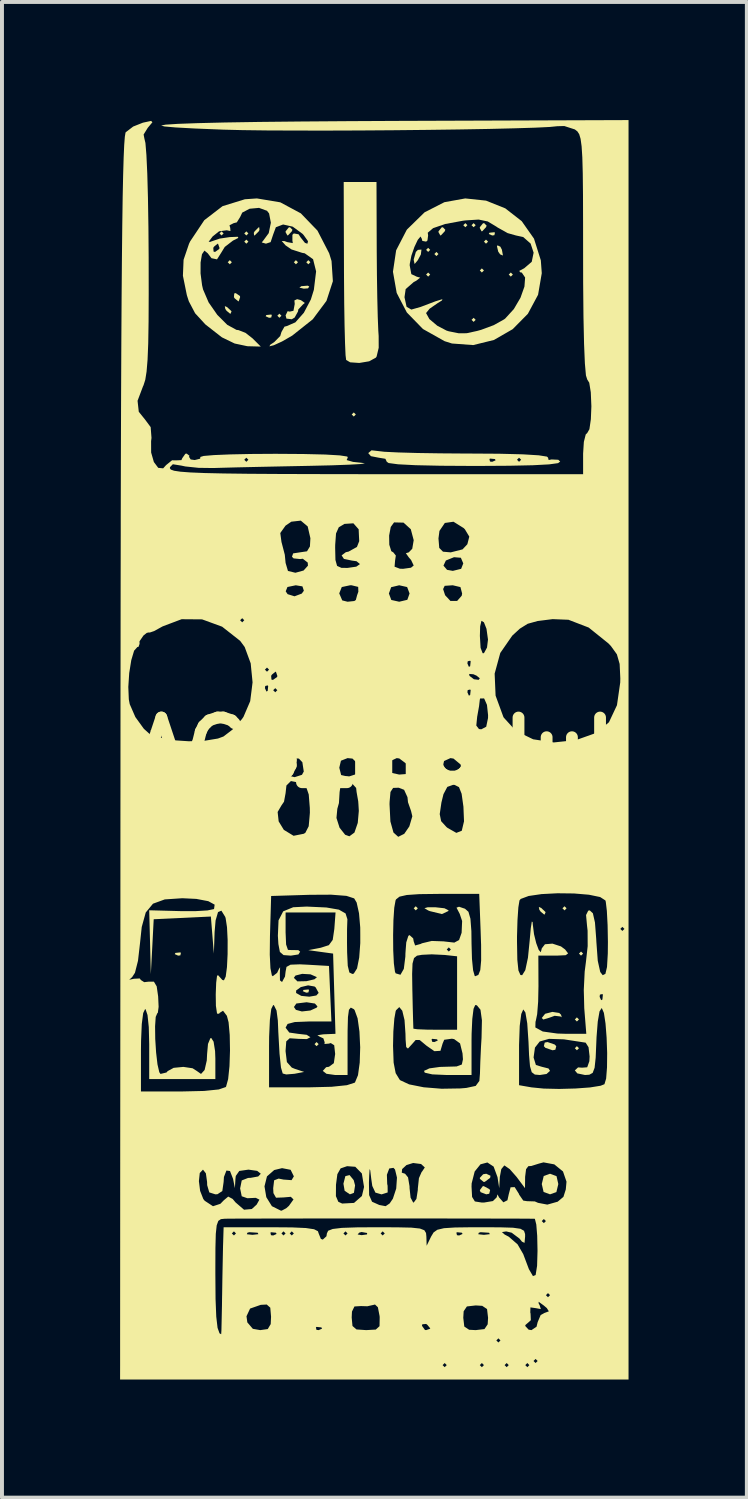
<source format=kicad_pcb>
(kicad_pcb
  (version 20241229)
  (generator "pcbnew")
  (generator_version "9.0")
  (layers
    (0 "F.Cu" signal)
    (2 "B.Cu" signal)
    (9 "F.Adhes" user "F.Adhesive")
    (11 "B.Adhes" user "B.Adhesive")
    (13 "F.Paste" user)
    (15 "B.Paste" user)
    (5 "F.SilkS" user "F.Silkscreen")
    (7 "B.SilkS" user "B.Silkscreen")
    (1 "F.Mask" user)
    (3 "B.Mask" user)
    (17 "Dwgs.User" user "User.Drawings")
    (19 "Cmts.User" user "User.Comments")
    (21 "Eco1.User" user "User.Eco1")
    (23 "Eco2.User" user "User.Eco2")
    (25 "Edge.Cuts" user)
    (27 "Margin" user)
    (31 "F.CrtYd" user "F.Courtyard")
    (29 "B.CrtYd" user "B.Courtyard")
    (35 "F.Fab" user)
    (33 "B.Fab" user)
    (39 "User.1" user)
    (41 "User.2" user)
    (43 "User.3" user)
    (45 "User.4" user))
  (footprint "ACS_modul"
    (layer "F.Cu")
    (at 6.513 15.997)
    (property "Reference" "ACS_modul" (at 0 0 0) (layer "F.SilkS") (effects (font (size 1.5 1.5) (thickness 0.3))))
    (attr board_only exclude_from_pos_files exclude_from_bom)
    (fp_poly (pts (xy -3.883 -13.118) (xy -3.936 -13.066) (xy -3.988 -13.118) (xy -3.936 -13.17)) (stroke (width 0) (type solid)) (fill yes) (layer "F.SilkS"))
    (fp_poly (pts (xy -3.674 -12.386) (xy -3.726 -12.334) (xy -3.779 -12.386) (xy -3.726 -12.439)) (stroke (width 0) (type solid)) (fill yes) (layer "F.SilkS"))
    (fp_poly (pts (xy -3.254 -13.118) (xy -3.306 -13.066) (xy -3.359 -13.118) (xy -3.306 -13.17)) (stroke (width 0) (type solid)) (fill yes) (layer "F.SilkS"))
    (fp_poly (pts (xy -3.254 -12.909) (xy -3.306 -12.857) (xy -3.359 -12.909) (xy -3.306 -12.961)) (stroke (width 0) (type solid)) (fill yes) (layer "F.SilkS"))
    (fp_poly (pts (xy -2.414 -11.028) (xy -2.467 -10.975) (xy -2.519 -11.028) (xy -2.467 -11.08)) (stroke (width 0) (type solid)) (fill yes) (layer "F.SilkS"))
    (fp_poly (pts (xy -1.994 -12.386) (xy -2.047 -12.334) (xy -2.099 -12.386) (xy -2.047 -12.439)) (stroke (width 0) (type solid)) (fill yes) (layer "F.SilkS"))
    (fp_poly (pts (xy -1.679 -12.386) (xy -1.732 -12.334) (xy -1.784 -12.386) (xy -1.732 -12.439)) (stroke (width 0) (type solid)) (fill yes) (layer "F.SilkS"))
    (fp_poly (pts (xy -1.469 7.474) (xy -1.522 7.526) (xy -1.574 7.474) (xy -1.522 7.421)) (stroke (width 0) (type solid)) (fill yes) (layer "F.SilkS"))
    (fp_poly (pts (xy -0.525 -8.519) (xy -0.577 -8.467) (xy -0.63 -8.519) (xy -0.577 -8.571)) (stroke (width 0) (type solid)) (fill yes) (layer "F.SilkS"))
    (fp_poly (pts (xy 1.05 4.024) (xy 0.997 4.077) (xy 0.945 4.024) (xy 0.997 3.972)) (stroke (width 0) (type solid)) (fill yes) (layer "F.SilkS"))
    (fp_poly (pts (xy 1.364 -12.7) (xy 1.312 -12.648) (xy 1.26 -12.7) (xy 1.312 -12.752)) (stroke (width 0) (type solid)) (fill yes) (layer "F.SilkS"))
    (fp_poly (pts (xy 1.364 -12.073) (xy 1.312 -12.021) (xy 1.26 -12.073) (xy 1.312 -12.125)) (stroke (width 0) (type solid)) (fill yes) (layer "F.SilkS"))
    (fp_poly (pts (xy 1.574 -12.595) (xy 1.522 -12.543) (xy 1.469 -12.595) (xy 1.522 -12.648)) (stroke (width 0) (type solid)) (fill yes) (layer "F.SilkS"))
    (fp_poly (pts (xy 2.309 -13.327) (xy 2.257 -13.275) (xy 2.204 -13.327) (xy 2.257 -13.379)) (stroke (width 0) (type solid)) (fill yes) (layer "F.SilkS"))
    (fp_poly (pts (xy 2.519 -13.327) (xy 2.467 -13.275) (xy 2.414 -13.327) (xy 2.467 -13.379)) (stroke (width 0) (type solid)) (fill yes) (layer "F.SilkS"))
    (fp_poly (pts (xy 2.519 -10.923) (xy 2.467 -10.871) (xy 2.414 -10.923) (xy 2.467 -10.975)) (stroke (width 0) (type solid)) (fill yes) (layer "F.SilkS"))
    (fp_poly (pts (xy 2.729 -12.177) (xy 2.676 -12.125) (xy 2.624 -12.177) (xy 2.676 -12.23)) (stroke (width 0) (type solid)) (fill yes) (layer "F.SilkS"))
    (fp_poly (pts (xy 2.834 -12.909) (xy 2.781 -12.857) (xy 2.729 -12.909) (xy 2.781 -12.961)) (stroke (width 0) (type solid)) (fill yes) (layer "F.SilkS"))
    (fp_poly (pts (xy 3.464 -12.073) (xy 3.411 -12.021) (xy 3.359 -12.073) (xy 3.411 -12.125)) (stroke (width 0) (type solid)) (fill yes) (layer "F.SilkS"))
    (fp_poly (pts (xy 4.828 4.024) (xy 4.776 4.077) (xy 4.723 4.024) (xy 4.776 3.972)) (stroke (width 0) (type solid)) (fill yes) (layer "F.SilkS"))
    (fp_poly (pts (xy 5.143 6.847) (xy 5.09 6.899) (xy 5.038 6.847) (xy 5.09 6.794)) (stroke (width 0) (type solid)) (fill yes) (layer "F.SilkS"))
    (fp_poly (pts (xy 5.143 7.578) (xy 5.09 7.63) (xy 5.038 7.578) (xy 5.09 7.526)) (stroke (width 0) (type solid)) (fill yes) (layer "F.SilkS"))
    (fp_poly (pts (xy 5.248 5.174) (xy 5.195 5.226) (xy 5.143 5.174) (xy 5.195 5.122)) (stroke (width 0) (type solid)) (fill yes) (layer "F.SilkS"))
    (fp_poly (pts (xy -4.968 5.157) (xy -4.982 5.219) (xy -5.038 5.226) (xy -5.124 5.188) (xy -5.108 5.157) (xy -4.983 5.144)) (stroke (width 0) (type solid)) (fill yes) (layer "F.SilkS"))
    (fp_poly (pts (xy -2.659 -11.045) (xy -2.673 -10.983) (xy -2.729 -10.975) (xy -2.815 -11.014) (xy -2.799 -11.045) (xy -2.674 -11.058)) (stroke (width 0) (type solid)) (fill yes) (layer "F.SilkS"))
    (fp_poly (pts (xy -1.714 6.097) (xy -1.729 6.16) (xy -1.784 6.167) (xy -1.871 6.129) (xy -1.854 6.097) (xy -1.73 6.085)) (stroke (width 0) (type solid)) (fill yes) (layer "F.SilkS"))
    (fp_poly (pts (xy -1.708 -11.77) (xy -1.739 -11.723) (xy -1.846 -11.715) (xy -1.958 -11.741) (xy -1.909 -11.778) (xy -1.745 -11.791)) (stroke (width 0) (type solid)) (fill yes) (layer "F.SilkS"))
    (fp_poly (pts (xy 3.009 -13.136) (xy 2.994 -13.073) (xy 2.939 -13.066) (xy 2.852 -13.104) (xy 2.869 -13.136) (xy 2.993 -13.148)) (stroke (width 0) (type solid)) (fill yes) (layer "F.SilkS"))
    (fp_poly (pts (xy -3.795 -11.247) (xy -3.682 -11.141) (xy -3.705 -11.081) (xy -3.72 -11.08) (xy -3.809 -11.154) (xy -3.841 -11.201) (xy -3.853 -11.272)) (stroke (width 0) (type solid)) (fill yes) (layer "F.SilkS"))
    (fp_poly (pts (xy 3.146 -12.781) (xy 3.185 -12.705) (xy 3.212 -12.557) (xy 3.141 -12.586) (xy 3.092 -12.655) (xy 3.06 -12.791) (xy 3.073 -12.816)) (stroke (width 0) (type solid)) (fill yes) (layer "F.SilkS"))
    (fp_poly (pts (xy 4.182 4.014) (xy 4.295 4.12) (xy 4.272 4.18) (xy 4.257 4.181) (xy 4.168 4.107) (xy 4.136 4.06) (xy 4.123 3.989)) (stroke (width 0) (type solid)) (fill yes) (layer "F.SilkS"))
    (fp_poly (pts (xy -3.468 -11.527) (xy -3.464 -11.498) (xy -3.499 -11.396) (xy -3.51 -11.393) (xy -3.6 -11.467) (xy -3.621 -11.498) (xy -3.613 -11.594) (xy -3.575 -11.602)) (stroke (width 0) (type solid)) (fill yes) (layer "F.SilkS"))
    (fp_poly (pts (xy -2.972 -13.207) (xy -2.991 -13.17) (xy -3.09 -13.071) (xy -3.109 -13.066) (xy -3.116 -13.133) (xy -3.096 -13.17) (xy -2.997 -13.27) (xy -2.979 -13.275)) (stroke (width 0) (type solid)) (fill yes) (layer "F.SilkS"))
    (fp_poly (pts (xy -2.135 -13.211) (xy -2.152 -13.17) (xy -2.246 -13.071) (xy -2.263 -13.066) (xy -2.308 -13.147) (xy -2.309 -13.17) (xy -2.228 -13.271) (xy -2.198 -13.275)) (stroke (width 0) (type solid)) (fill yes) (layer "F.SilkS"))
    (fp_poly (pts (xy -0.579 10.929) (xy -0.544 11.062) (xy -0.573 11.25) (xy -0.675 11.289) (xy -0.809 11.199) (xy -0.84 11.019) (xy -0.791 10.827) (xy -0.684 10.8)) (stroke (width 0) (type solid)) (fill yes) (layer "F.SilkS"))
    (fp_poly (pts (xy 1.127 -12.584) (xy 1.05 -12.439) (xy 0.968 -12.341) (xy 0.947 -12.435) (xy 0.946 -12.459) (xy 1 -12.648) (xy 1.05 -12.7) (xy 1.142 -12.708)) (stroke (width 0) (type solid)) (fill yes) (layer "F.SilkS"))
    (fp_poly (pts (xy 1.748 -13.211) (xy 1.732 -13.17) (xy 1.638 -13.071) (xy 1.621 -13.066) (xy 1.576 -13.147) (xy 1.574 -13.17) (xy 1.655 -13.271) (xy 1.686 -13.275)) (stroke (width 0) (type solid)) (fill yes) (layer "F.SilkS"))
    (fp_poly (pts (xy 2.798 -13.315) (xy 2.781 -13.275) (xy 2.687 -13.175) (xy 2.67 -13.17) (xy 2.625 -13.251) (xy 2.624 -13.275) (xy 2.705 -13.375) (xy 2.735 -13.379)) (stroke (width 0) (type solid)) (fill yes) (layer "F.SilkS"))
    (fp_poly (pts (xy 2.865 11.156) (xy 2.886 11.184) (xy 2.863 11.274) (xy 2.788 11.289) (xy 2.644 11.234) (xy 2.624 11.184) (xy 2.699 11.083) (xy 2.723 11.08)) (stroke (width 0) (type solid)) (fill yes) (layer "F.SilkS"))
    (fp_poly (pts (xy 2.896 10.817) (xy 2.886 10.871) (xy 2.752 10.971) (xy 2.723 10.975) (xy 2.627 10.896) (xy 2.624 10.871) (xy 2.709 10.779) (xy 2.788 10.766)) (stroke (width 0) (type solid)) (fill yes) (layer "F.SilkS"))
    (fp_poly (pts (xy 4.525 7.483) (xy 4.566 7.526) (xy 4.543 7.616) (xy 4.473 7.63) (xy 4.292 7.569) (xy 4.251 7.526) (xy 4.273 7.435) (xy 4.343 7.421)) (stroke (width 0) (type solid)) (fill yes) (layer "F.SilkS"))
    (fp_poly (pts (xy 4.573 10.828) (xy 4.618 11.028) (xy 4.569 11.232) (xy 4.408 11.289) (xy 4.244 11.228) (xy 4.198 11.028) (xy 4.248 10.823) (xy 4.408 10.766)) (stroke (width 0) (type solid)) (fill yes) (layer "F.SilkS"))
    (fp_poly (pts (xy 1.727 4.023) (xy 1.83 4.076) (xy 1.826 4.093) (xy 1.662 4.17) (xy 1.357 4.096) (xy 1.312 4.078) (xy 1.217 4.021) (xy 1.3 3.998) (xy 1.491 3.997)) (stroke (width 0) (type solid)) (fill yes) (layer "F.SilkS"))
    (fp_poly (pts (xy 4.641 6.682) (xy 4.687 6.726) (xy 4.705 6.793) (xy 4.674 6.772) (xy 4.526 6.754) (xy 4.394 6.802) (xy 4.237 6.849) (xy 4.198 6.81) (xy 4.283 6.703) (xy 4.467 6.655)) (stroke (width 0) (type solid)) (fill yes) (layer "F.SilkS"))
    (fp_poly (pts (xy -1.92 -11.423) (xy -1.82 -11.352) (xy -1.868 -11.313) (xy -1.986 -11.187) (xy -1.994 -11.135) (xy -2.079 -10.981) (xy -2.152 -10.938) (xy -2.287 -10.954) (xy -2.309 -11.037) (xy -2.257 -11.143) (xy -2.204 -11.132) (xy -2.109 -11.153) (xy -2.077 -11.325) (xy -2.085 -11.416) (xy -2.016 -11.448)) (stroke (width 0) (type solid)) (fill yes) (layer "F.SilkS"))
    (fp_poly (pts (xy 0.006 -12.674) (xy 0.011 -12.056) (xy 0.02 -11.481) (xy 0.032 -10.995) (xy 0.046 -10.644) (xy 0.055 -10.512) (xy 0.056 -10.213) (xy 0.003 -9.992) (xy -0.016 -9.963) (xy -0.186 -9.87) (xy -0.437 -9.828) (xy -0.668 -9.844) (xy -0.771 -9.904) (xy -0.786 -10.028) (xy -0.799 -10.329) (xy -0.811 -10.775) (xy -0.82 -11.335) (xy -0.825 -11.976) (xy -0.826 -12.204) (xy -0.833 -14.425) (xy -0.416 -14.425) (xy 0 -14.425)) (stroke (width 0) (type solid)) (fill yes) (layer "F.SilkS"))
    (fp_poly (pts (xy 0.026 -7.592) (xy 0.201 -7.572) (xy 0.55 -7.555) (xy 1.035 -7.541) (xy 1.621 -7.532) (xy 2.271 -7.527) (xy 2.342 -7.527) (xy 3.12 -7.522) (xy 3.716 -7.507) (xy 4.122 -7.482) (xy 4.33 -7.449) (xy 4.357 -7.423) (xy 4.373 -7.362) (xy 4.445 -7.377) (xy 4.617 -7.369) (xy 4.666 -7.324) (xy 4.611 -7.283) (xy 4.384 -7.252) (xy 3.975 -7.23) (xy 3.376 -7.217) (xy 2.577 -7.212) (xy 2.467 -7.212) (xy 1.632 -7.217) (xy 0.991 -7.231) (xy 0.548 -7.254) (xy 0.307 -7.286) (xy 0.262 -7.317) (xy 0.229 -7.387) (xy 2.869 -7.387) (xy 2.883 -7.324) (xy 2.939 -7.317) (xy 3.025 -7.355) (xy 3.018 -7.369) (xy 3.569 -7.369) (xy 3.621 -7.317) (xy 3.674 -7.369) (xy 3.621 -7.421) (xy 3.569 -7.369) (xy 3.018 -7.369) (xy 3.009 -7.387) (xy 2.884 -7.399) (xy 2.869 -7.387) (xy 0.229 -7.387) (xy 0.225 -7.394) (xy 0.059 -7.421) (xy -0.141 -7.46) (xy -0.21 -7.538) (xy -0.126 -7.609)) (stroke (width 0) (type solid)) (fill yes) (layer "F.SilkS"))
    (fp_poly (pts (xy 2.782 -13.951) (xy 3.271 -13.755) (xy 3.688 -13.43) (xy 4 -12.986) (xy 4.174 -12.434) (xy 4.198 -12.108) (xy 4.104 -11.56) (xy 3.845 -11.077) (xy 3.459 -10.686) (xy 2.984 -10.412) (xy 2.457 -10.282) (xy 1.917 -10.322) (xy 1.73 -10.381) (xy 1.18 -10.69) (xy 0.771 -11.11) (xy 0.569 -11.498) (xy 0.711 -11.498) (xy 0.764 -11.255) (xy 0.885 -11.184) (xy 1.128 -11.253) (xy 1.132 -11.255) (xy 1.498 -11.394) (xy 1.674 -11.448) (xy 1.663 -11.416) (xy 1.548 -11.344) (xy 1.348 -11.205) (xy 1.26 -11.096) (xy 1.26 -11.093) (xy 1.343 -10.943) (xy 1.543 -10.774) (xy 1.779 -10.65) (xy 1.837 -10.632) (xy 2.087 -10.582) (xy 2.291 -10.583) (xy 2.556 -10.641) (xy 2.657 -10.669) (xy 2.978 -10.788) (xy 3.241 -10.935) (xy 3.269 -10.956) (xy 3.488 -11.196) (xy 3.657 -11.484) (xy 3.758 -11.768) (xy 3.775 -11.998) (xy 3.691 -12.123) (xy 3.647 -12.132) (xy 3.627 -12.167) (xy 3.752 -12.233) (xy 3.943 -12.397) (xy 3.991 -12.629) (xy 3.914 -12.861) (xy 3.727 -13.026) (xy 3.543 -13.066) (xy 3.331 -13.126) (xy 3.072 -13.271) (xy 3.047 -13.289) (xy 2.826 -13.422) (xy 2.595 -13.47) (xy 2.263 -13.449) (xy 2.193 -13.44) (xy 1.743 -13.357) (xy 1.438 -13.252) (xy 1.302 -13.136) (xy 1.311 -13.068) (xy 1.294 -12.938) (xy 1.261 -12.91) (xy 1.164 -12.928) (xy 1.151 -12.981) (xy 1.119 -13.04) (xy 1.048 -12.954) (xy 0.963 -12.774) (xy 0.887 -12.555) (xy 0.846 -12.349) (xy 0.843 -12.308) (xy 0.885 -12.084) (xy 1.023 -12.019) (xy 1.11 -11.995) (xy 1.011 -11.917) (xy 0.945 -11.882) (xy 0.741 -11.704) (xy 0.711 -11.498) (xy 0.569 -11.498) (xy 0.513 -11.607) (xy 0.418 -12.145) (xy 0.499 -12.689) (xy 0.766 -13.205) (xy 0.78 -13.223) (xy 1.221 -13.654) (xy 1.724 -13.911) (xy 2.255 -14.007)) (stroke (width 0) (type solid)) (fill yes) (layer "F.SilkS"))
    (fp_poly (pts (xy -2.444 -13.908) (xy -1.922 -13.628) (xy -1.499 -13.189) (xy -1.202 -12.613) (xy -1.142 -12.418) (xy -1.108 -11.904) (xy -1.271 -11.404) (xy -1.62 -10.936) (xy -2.141 -10.522) (xy -2.398 -10.374) (xy -2.608 -10.278) (xy -2.72 -10.25) (xy -2.697 -10.292) (xy -2.598 -10.357) (xy -2.445 -10.512) (xy -2.414 -10.615) (xy -2.337 -10.75) (xy -2.275 -10.766) (xy -2.061 -10.859) (xy -1.845 -11.103) (xy -1.667 -11.441) (xy -1.591 -11.685) (xy -1.534 -12.154) (xy -1.611 -12.463) (xy -1.823 -12.613) (xy -1.889 -12.625) (xy -2.158 -12.711) (xy -2.309 -12.814) (xy -2.407 -12.926) (xy -2.338 -12.923) (xy -2.266 -12.897) (xy -2.126 -12.872) (xy -2.136 -12.936) (xy -2.136 -13.083) (xy -2.1 -13.118) (xy -1.979 -13.096) (xy -1.93 -13.02) (xy -1.817 -12.878) (xy -1.755 -12.857) (xy -1.74 -12.921) (xy -1.851 -13.077) (xy -1.878 -13.107) (xy -2.128 -13.29) (xy -2.372 -13.345) (xy -2.556 -13.275) (xy -2.624 -13.092) (xy -2.689 -12.897) (xy -2.808 -12.858) (xy -2.915 -12.889) (xy -2.876 -12.937) (xy -2.737 -13.126) (xy -2.683 -13.39) (xy -2.728 -13.625) (xy -2.781 -13.693) (xy -2.984 -13.767) (xy -3.223 -13.745) (xy -3.41 -13.647) (xy -3.464 -13.534) (xy -3.548 -13.399) (xy -3.627 -13.379) (xy -3.734 -13.325) (xy -3.715 -13.257) (xy -3.71 -13.178) (xy -3.804 -13.198) (xy -3.998 -13.172) (xy -4.162 -13.041) (xy -4.264 -12.905) (xy -4.213 -12.905) (xy -4.199 -12.913) (xy -3.981 -12.987) (xy -3.726 -13.025) (xy -3.522 -13.033) (xy -3.51 -13.004) (xy -3.645 -12.936) (xy -3.854 -12.775) (xy -3.941 -12.633) (xy -4.051 -12.459) (xy -4.192 -12.489) (xy -4.286 -12.613) (xy -4.37 -12.682) (xy -4.433 -12.589) (xy -4.468 -12.381) (xy -4.469 -12.102) (xy -4.43 -11.801) (xy -4.406 -11.697) (xy -4.264 -11.366) (xy -4.042 -11.047) (xy -3.79 -10.796) (xy -3.556 -10.668) (xy -3.505 -10.662) (xy -3.328 -10.593) (xy -3.149 -10.453) (xy -2.939 -10.244) (xy -3.28 -10.253) (xy -3.603 -10.322) (xy -3.923 -10.477) (xy -3.939 -10.488) (xy -4.346 -10.806) (xy -4.607 -11.09) (xy -4.767 -11.394) (xy -4.817 -11.55) (xy -4.917 -12.043) (xy -4.9 -12.449) (xy -4.797 -12.752) (xy -4.146 -12.752) (xy -4.138 -12.656) (xy -4.1 -12.648) (xy -3.993 -12.724) (xy -3.988 -12.752) (xy -4.024 -12.854) (xy -4.035 -12.857) (xy -4.124 -12.784) (xy -4.146 -12.752) (xy -4.797 -12.752) (xy -4.762 -12.855) (xy -4.733 -12.916) (xy -4.374 -13.454) (xy -3.911 -13.81) (xy -3.343 -13.986) (xy -3.038 -14.007)) (stroke (width 0) (type solid)) (fill yes) (layer "F.SilkS"))
    (fp_poly (pts (xy 6.402 -0.002) (xy 6.402 15.993) (xy -0.055 15.993) (xy -6.513 15.993) (xy -6.512 15.627) (xy 1.679 15.627) (xy 1.732 15.679) (xy 1.784 15.627) (xy 2.624 15.627) (xy 2.676 15.679) (xy 2.729 15.627) (xy 3.254 15.627) (xy 3.306 15.679) (xy 3.359 15.627) (xy 3.779 15.627) (xy 3.831 15.679) (xy 3.883 15.627) (xy 3.831 15.574) (xy 3.779 15.627) (xy 3.359 15.627) (xy 3.306 15.574) (xy 3.254 15.627) (xy 2.729 15.627) (xy 2.676 15.574) (xy 2.624 15.627) (xy 1.784 15.627) (xy 1.732 15.574) (xy 1.679 15.627) (xy -6.512 15.627) (xy -6.512 15.522) (xy 3.988 15.522) (xy 4.041 15.574) (xy 4.093 15.522) (xy 4.041 15.47) (xy 3.988 15.522) (xy -6.512 15.522) (xy -6.512 15) (xy 3.044 15) (xy 3.096 15.052) (xy 3.149 15) (xy 3.096 14.947) (xy 3.044 15) (xy -6.512 15) (xy -6.511 13.31) (xy -4.093 13.31) (xy -4.088 13.947) (xy -4.07 14.396) (xy -4.037 14.68) (xy -3.987 14.819) (xy -3.945 14.843) (xy -3.939 14.746) (xy -3.933 14.486) (xy -3.931 14.386) (xy -3.302 14.386) (xy -3.281 14.541) (xy -3.141 14.705) (xy -2.953 14.738) (xy -2.762 14.711) (xy -2.737 14.669) (xy -1.539 14.669) (xy -1.525 14.731) (xy -1.469 14.738) (xy -1.383 14.7) (xy -1.399 14.669) (xy -1.524 14.656) (xy -1.539 14.669) (xy -2.737 14.669) (xy -2.687 14.585) (xy -2.679 14.417) (xy -0.63 14.417) (xy -0.61 14.633) (xy -0.508 14.721) (xy -0.262 14.738) (xy -0.018 14.724) (xy 0.077 14.638) (xy 0.077 14.628) (xy 1.155 14.628) (xy 1.231 14.734) (xy 1.26 14.738) (xy 1.362 14.703) (xy 1.364 14.692) (xy 1.291 14.603) (xy 1.26 14.581) (xy 1.163 14.59) (xy 1.155 14.628) (xy 0.077 14.628) (xy 0.081 14.425) (xy 2.204 14.425) (xy 2.23 14.647) (xy 2.353 14.729) (xy 2.519 14.738) (xy 2.742 14.712) (xy 2.795 14.634) (xy 3.779 14.634) (xy 3.864 14.726) (xy 3.936 14.738) (xy 4.065 14.652) (xy 4.093 14.537) (xy 4.17 14.355) (xy 4.267 14.302) (xy 4.378 14.261) (xy 4.326 14.178) (xy 4.247 14.111) (xy 4.117 14.017) (xy 4.12 14.064) (xy 4.143 14.103) (xy 4.174 14.204) (xy 4.046 14.18) (xy 4.045 14.18) (xy 3.91 14.161) (xy 3.906 14.29) (xy 3.913 14.319) (xy 3.92 14.486) (xy 3.874 14.529) (xy 3.781 14.609) (xy 3.779 14.634) (xy 2.795 14.634) (xy 2.824 14.59) (xy 2.834 14.425) (xy 2.808 14.203) (xy 2.685 14.121) (xy 2.519 14.111) (xy 2.296 14.137) (xy 2.214 14.259) (xy 2.204 14.425) (xy 0.081 14.425) (xy 0.081 14.42) (xy 0.079 14.383) (xy 0.035 14.157) (xy -0.04 14.086) (xy -0.052 14.092) (xy -0.233 14.132) (xy -0.394 14.127) (xy -0.56 14.137) (xy -0.623 14.267) (xy -0.63 14.417) (xy -2.679 14.417) (xy -2.678 14.399) (xy -2.698 14.168) (xy -2.788 14.088) (xy -2.94 14.096) (xy -3.211 14.191) (xy -3.302 14.386) (xy -3.931 14.386) (xy -3.925 14.109) (xy -3.922 13.876) (xy -3.921 13.85) (xy 4.303 13.85) (xy 4.356 13.902) (xy 4.408 13.85) (xy 4.356 13.798) (xy 4.303 13.85) (xy -3.921 13.85) (xy -3.914 13.394) (xy -3.905 12.944) (xy -3.898 12.602) (xy -3.895 12.517) (xy -3.888 12.282) (xy -3.674 12.282) (xy -3.621 12.334) (xy -3.59 12.303) (xy -3.293 12.303) (xy -3.149 12.318) (xy -3 12.301) (xy -3.018 12.265) (xy -3.025 12.264) (xy -2.694 12.264) (xy -2.68 12.327) (xy -2.624 12.334) (xy -2.538 12.296) (xy -2.545 12.282) (xy -2.414 12.282) (xy -2.362 12.334) (xy -2.309 12.282) (xy -2.204 12.282) (xy -2.152 12.334) (xy -2.099 12.282) (xy -2.152 12.23) (xy -2.204 12.282) (xy -2.309 12.282) (xy -2.362 12.23) (xy -2.414 12.282) (xy -2.545 12.282) (xy -2.554 12.264) (xy -2.679 12.252) (xy -2.694 12.264) (xy -3.025 12.264) (xy -3.232 12.251) (xy -3.28 12.265) (xy -3.293 12.303) (xy -3.59 12.303) (xy -3.569 12.282) (xy -3.621 12.23) (xy -3.674 12.282) (xy -3.888 12.282) (xy -3.883 12.125) (xy -2.676 12.125) (xy -2.146 12.129) (xy -1.793 12.145) (xy -1.585 12.176) (xy -1.488 12.226) (xy -1.469 12.282) (xy -1.413 12.421) (xy -1.364 12.439) (xy -1.271 12.354) (xy -1.26 12.282) (xy -0.84 12.282) (xy -0.787 12.334) (xy -0.762 12.309) (xy -0.479 12.309) (xy -0.376 12.326) (xy -0.24 12.307) (xy -0.239 12.282) (xy 0.105 12.282) (xy 0.157 12.334) (xy 0.21 12.282) (xy 0.157 12.23) (xy 0.105 12.282) (xy -0.239 12.282) (xy -0.238 12.271) (xy -0.379 12.246) (xy -0.44 12.263) (xy -0.479 12.309) (xy -0.762 12.309) (xy -0.735 12.282) (xy -0.787 12.23) (xy -0.84 12.282) (xy -1.26 12.282) (xy -1.228 12.214) (xy -1.112 12.169) (xy -0.879 12.141) (xy -0.497 12.128) (xy 0 12.125) (xy 0.531 12.127) (xy 0.887 12.135) (xy 1.103 12.158) (xy 1.215 12.201) (xy 1.258 12.271) (xy 1.267 12.36) (xy 1.274 12.595) (xy 1.388 12.36) (xy 1.446 12.264) (xy 2.029 12.264) (xy 2.044 12.327) (xy 2.099 12.334) (xy 2.169 12.303) (xy 2.585 12.303) (xy 2.729 12.318) (xy 2.878 12.301) (xy 2.86 12.265) (xy 2.645 12.251) (xy 2.598 12.265) (xy 2.585 12.303) (xy 2.169 12.303) (xy 2.186 12.296) (xy 2.169 12.264) (xy 2.045 12.252) (xy 2.029 12.264) (xy 1.446 12.264) (xy 1.45 12.257) (xy 1.545 12.189) (xy 1.714 12.149) (xy 1.995 12.131) (xy 2.431 12.125) (xy 2.64 12.125) (xy 3.14 12.127) (xy 3.467 12.137) (xy 3.657 12.164) (xy 3.747 12.215) (xy 3.774 12.297) (xy 3.775 12.36) (xy 3.76 12.522) (xy 3.695 12.491) (xy 3.632 12.413) (xy 3.434 12.264) (xy 3.295 12.231) (xy 3.186 12.248) (xy 3.255 12.31) (xy 3.359 12.365) (xy 3.583 12.559) (xy 3.727 12.807) (xy 3.871 13.189) (xy 3.974 13.366) (xy 4.042 13.339) (xy 4.079 13.105) (xy 4.09 12.726) (xy 4.082 12.343) (xy 4.059 12.056) (xy 4.037 11.968) (xy 4.198 11.968) (xy 4.251 12.021) (xy 4.303 11.968) (xy 4.251 11.916) (xy 4.198 11.968) (xy 4.037 11.968) (xy 4.024 11.916) (xy 4.015 11.909) (xy 3.892 11.908) (xy 3.588 11.906) (xy 3.131 11.905) (xy 2.551 11.904) (xy 1.874 11.903) (xy 1.131 11.902) (xy 0.349 11.902) (xy -0.443 11.902) (xy -1.216 11.902) (xy -1.942 11.903) (xy -2.592 11.904) (xy -3.138 11.905) (xy -3.55 11.906) (xy -3.801 11.908) (xy -3.857 11.909) (xy -3.952 11.919) (xy -4.018 11.964) (xy -4.059 12.078) (xy -4.082 12.293) (xy -4.091 12.644) (xy -4.093 13.162) (xy -4.093 13.31) (xy -6.511 13.31) (xy -6.51 10.954) (xy -4.511 10.954) (xy -4.48 11.201) (xy -4.399 11.408) (xy -4.363 11.453) (xy -4.153 11.591) (xy -3.966 11.53) (xy -3.881 11.443) (xy -3.766 11.346) (xy -3.654 11.406) (xy -3.58 11.494) (xy -3.364 11.68) (xy -3.167 11.662) (xy -3.044 11.55) (xy -2.974 11.424) (xy -3.066 11.378) (xy -3.28 11.388) (xy -3.423 11.338) (xy -3.464 11.139) (xy -3.453 11.086) (xy -2.845 11.086) (xy -2.799 11.361) (xy -2.657 11.59) (xy -2.432 11.702) (xy -2.409 11.704) (xy -2.294 11.643) (xy -2.225 11.582) (xy -2.108 11.419) (xy -2.176 11.352) (xy -2.362 11.368) (xy -2.552 11.375) (xy -2.575 11.335) (xy -1.031 11.335) (xy -0.97 11.478) (xy -0.872 11.523) (xy -0.571 11.507) (xy -0.371 11.332) (xy -0.316 11.102) (xy -0.334 10.994) (xy -0.192 10.994) (xy -0.187 11.309) (xy -0.113 11.477) (xy 0.072 11.56) (xy 0.232 11.59) (xy 0.335 11.52) (xy 0.416 11.4) (xy 0.501 11.142) (xy 0.52 10.864) (xy 0.49 10.739) (xy 0.642 10.739) (xy 0.726 10.766) (xy 0.801 10.858) (xy 0.839 11.084) (xy 0.84 11.132) (xy 0.866 11.374) (xy 0.931 11.495) (xy 0.945 11.498) (xy 1.014 11.406) (xy 1.049 11.181) (xy 1.05 11.138) (xy 1.055 11.093) (xy 2.414 11.093) (xy 2.428 11.355) (xy 2.499 11.47) (xy 2.677 11.498) (xy 2.729 11.498) (xy 2.957 11.46) (xy 3.052 11.367) (xy 3.073 11.29) (xy 3.113 11.367) (xy 3.223 11.492) (xy 3.326 11.439) (xy 3.359 11.289) (xy 3.406 11.11) (xy 3.51 11.106) (xy 3.617 11.276) (xy 3.623 11.296) (xy 3.728 11.448) (xy 3.824 11.463) (xy 4.021 11.469) (xy 4.103 11.505) (xy 4.339 11.55) (xy 4.602 11.476) (xy 4.748 11.353) (xy 4.808 11.165) (xy 4.826 10.967) (xy 4.737 10.708) (xy 4.516 10.528) (xy 4.242 10.477) (xy 4.127 10.508) (xy 3.932 10.569) (xy 3.857 10.574) (xy 3.799 10.651) (xy 3.775 10.845) (xy 3.772 11.132) (xy 3.557 10.845) (xy 3.385 10.65) (xy 3.254 10.558) (xy 3.245 10.557) (xy 3.17 10.648) (xy 3.133 10.845) (xy 3.117 11.132) (xy 3.074 10.853) (xy 2.975 10.584) (xy 2.816 10.48) (xy 2.641 10.527) (xy 2.494 10.709) (xy 2.417 11.011) (xy 2.414 11.093) (xy 1.055 11.093) (xy 1.078 10.878) (xy 1.147 10.72) (xy 1.156 10.713) (xy 1.227 10.606) (xy 1.132 10.519) (xy 0.93 10.493) (xy 0.761 10.546) (xy 0.651 10.648) (xy 0.642 10.739) (xy 0.49 10.739) (xy 0.47 10.658) (xy 0.431 10.616) (xy 0.324 10.633) (xy 0.264 10.792) (xy 0.272 11.026) (xy 0.282 11.07) (xy 0.284 11.241) (xy 0.133 11.289) (xy 0.124 11.289) (xy -0.028 11.245) (xy -0.107 11.076) (xy -0.133 10.897) (xy -0.159 10.68) (xy -0.174 10.646) (xy -0.185 10.806) (xy -0.192 10.994) (xy -0.334 10.994) (xy -0.372 10.759) (xy -0.539 10.589) (xy -0.747 10.574) (xy -0.911 10.63) (xy -0.994 10.777) (xy -1.029 11.045) (xy -1.031 11.335) (xy -2.575 11.335) (xy -2.618 11.258) (xy -2.624 11.133) (xy -2.6 10.933) (xy -2.486 10.889) (xy -2.362 10.914) (xy -2.157 10.929) (xy -2.099 10.832) (xy -2.181 10.666) (xy -2.399 10.624) (xy -2.598 10.672) (xy -2.782 10.833) (xy -2.845 11.086) (xy -3.453 11.086) (xy -3.423 10.936) (xy -3.26 10.872) (xy -3.201 10.871) (xy -3.004 10.835) (xy -2.939 10.766) (xy -3.03 10.693) (xy -3.25 10.662) (xy -3.254 10.662) (xy -3.485 10.695) (xy -3.574 10.822) (xy -3.583 10.897) (xy -3.597 11.132) (xy -3.643 10.897) (xy -3.721 10.697) (xy -3.812 10.685) (xy -3.875 10.848) (xy -3.883 10.975) (xy -3.916 11.205) (xy -4.039 11.286) (xy -4.093 11.289) (xy -4.247 11.24) (xy -4.301 11.056) (xy -4.303 10.975) (xy -4.334 10.755) (xy -4.407 10.662) (xy -4.408 10.662) (xy -4.489 10.748) (xy -4.511 10.954) (xy -6.51 10.954) (xy -6.506 5.839) (xy -6.281 5.839) (xy -6.172 5.816) (xy -6.166 5.814) (xy -6.014 5.806) (xy -5.983 5.847) (xy -5.9 5.9) (xy -5.785 5.887) (xy -5.654 5.887) (xy -5.583 6.006) (xy -5.546 6.263) (xy -5.534 6.527) (xy -5.554 6.677) (xy -5.568 6.69) (xy -5.608 6.783) (xy -5.624 7.022) (xy -5.62 7.343) (xy -5.598 7.686) (xy -5.563 7.988) (xy -5.517 8.187) (xy -5.486 8.231) (xy -5.334 8.194) (xy -5.304 8.159) (xy -5.152 8.076) (xy -4.905 8.052) (xy -4.671 8.087) (xy -4.565 8.155) (xy -4.457 8.231) (xy -4.366 8.131) (xy -4.311 7.889) (xy -4.303 7.729) (xy -4.28 7.469) (xy -4.221 7.326) (xy -4.198 7.317) (xy -4.138 7.411) (xy -4.1 7.651) (xy -4.093 7.84) (xy -4.093 8.362) (xy -4.933 8.362) (xy -5.773 8.362) (xy -5.773 7.474) (xy -5.784 7.041) (xy -5.816 6.735) (xy -5.864 6.591) (xy -5.878 6.585) (xy -5.926 6.685) (xy -5.962 6.963) (xy -5.98 7.389) (xy -5.983 7.63) (xy -5.983 8.676) (xy -4.939 8.676) (xy -4.379 8.663) (xy -4.006 8.625) (xy -3.849 8.571) (xy -2.729 8.571) (xy -1.7 8.571) (xy -1.14 8.557) (xy -0.752 8.517) (xy -0.554 8.453) (xy -0.546 8.446) (xy -0.47 8.263) (xy -0.426 7.943) (xy -0.414 7.551) (xy -0.416 7.518) (xy 0.42 7.518) (xy 0.435 7.943) (xy 0.487 8.211) (xy 0.587 8.375) (xy 0.605 8.392) (xy 0.829 8.496) (xy 1.199 8.57) (xy 1.654 8.607) (xy 2.132 8.599) (xy 2.283 8.586) (xy 2.52 8.535) (xy 2.533 8.517) (xy 3.621 8.517) (xy 3.936 8.572) (xy 4.248 8.603) (xy 4.64 8.612) (xy 5.053 8.601) (xy 5.424 8.574) (xy 5.692 8.531) (xy 5.79 8.492) (xy 5.833 8.348) (xy 5.855 8.065) (xy 5.859 7.699) (xy 5.845 7.308) (xy 5.817 6.949) (xy 5.776 6.681) (xy 5.724 6.56) (xy 5.72 6.558) (xy 5.665 6.643) (xy 5.62 6.901) (xy 5.589 7.297) (xy 5.585 7.395) (xy 5.567 7.818) (xy 5.54 8.074) (xy 5.491 8.204) (xy 5.406 8.251) (xy 5.296 8.258) (xy 5.101 8.217) (xy 5.038 8.141) (xy 5.12 8.065) (xy 5.222 8.072) (xy 5.352 8.062) (xy 5.406 7.909) (xy 5.413 7.788) (xy 5.386 7.553) (xy 5.313 7.437) (xy 5.308 7.436) (xy 4.759 7.352) (xy 4.381 7.34) (xy 4.146 7.407) (xy 4.025 7.562) (xy 3.99 7.813) (xy 3.99 7.813) (xy 4.049 8.004) (xy 4.198 8.049) (xy 4.369 8.092) (xy 4.408 8.153) (xy 4.319 8.232) (xy 4.15 8.258) (xy 4.022 8.247) (xy 3.943 8.187) (xy 3.899 8.035) (xy 3.875 7.749) (xy 3.861 7.421) (xy 3.829 6.944) (xy 3.782 6.67) (xy 3.728 6.593) (xy 3.677 6.708) (xy 3.638 7.011) (xy 3.621 7.496) (xy 3.621 7.551) (xy 3.621 8.517) (xy 2.533 8.517) (xy 2.613 8.408) (xy 2.628 8.22) (xy 2.637 7.922) (xy 2.655 7.53) (xy 2.668 7.318) (xy 2.678 6.869) (xy 2.641 6.6) (xy 2.55 6.488) (xy 2.508 6.481) (xy 2.465 6.577) (xy 2.433 6.835) (xy 2.416 7.205) (xy 2.414 7.369) (xy 2.414 8.258) (xy 1.778 8.258) (xy 1.416 8.242) (xy 1.226 8.199) (xy 1.207 8.153) (xy 1.343 8.09) (xy 1.609 8.053) (xy 1.745 8.049) (xy 2.034 8.041) (xy 2.167 7.992) (xy 2.196 7.86) (xy 2.185 7.709) (xy 2.122 7.455) (xy 1.973 7.347) (xy 1.915 7.336) (xy 1.72 7.363) (xy 1.679 7.46) (xy 1.624 7.644) (xy 1.47 7.653) (xy 1.268 7.512) (xy 1.098 7.37) (xy 0.995 7.369) (xy 0.889 7.489) (xy 0.799 7.587) (xy 0.754 7.548) (xy 0.739 7.352) (xy 1.399 7.352) (xy 1.414 7.414) (xy 1.469 7.421) (xy 1.556 7.383) (xy 1.539 7.352) (xy 1.415 7.339) (xy 1.399 7.352) (xy 0.739 7.352) (xy 0.739 7.344) (xy 0.736 7.212) (xy 0.712 6.863) (xy 0.655 6.626) (xy 0.579 6.533) (xy 0.497 6.613) (xy 0.487 6.637) (xy 0.453 6.827) (xy 0.428 7.154) (xy 0.42 7.518) (xy -0.416 7.518) (xy -0.433 7.155) (xy -0.48 6.818) (xy -0.556 6.609) (xy -0.577 6.585) (xy -0.653 6.546) (xy -0.7 6.602) (xy -0.725 6.787) (xy -0.734 7.133) (xy -0.735 7.356) (xy -0.735 8.258) (xy -1.05 8.258) (xy -1.271 8.227) (xy -1.364 8.154) (xy -1.364 8.153) (xy -1.279 8.06) (xy -1.207 8.049) (xy -1.084 7.958) (xy -1.05 7.724) (xy -1.074 7.502) (xy -1.161 7.447) (xy -1.212 7.461) (xy -1.322 7.47) (xy -1.316 7.428) (xy -1.349 7.328) (xy -1.442 7.285) (xy -1.501 7.248) (xy -1.361 7.226) (xy -1.334 7.224) (xy -1.042 7.212) (xy -1.072 6.193) (xy -1.102 5.174) (xy -1.417 5.131) (xy -1.732 5.087) (xy -1.417 5.026) (xy -1.21 4.96) (xy -1.112 4.826) (xy -1.072 4.554) (xy -1.071 4.546) (xy -1.04 4.129) (xy -1.675 4.129) (xy -2.309 4.129) (xy -2.309 4.636) (xy -2.296 4.943) (xy -2.249 5.08) (xy -2.155 5.085) (xy -1.986 5.086) (xy -1.939 5.126) (xy -1.983 5.196) (xy -2.175 5.226) (xy -2.179 5.226) (xy -2.361 5.212) (xy -2.454 5.132) (xy -2.492 4.932) (xy -2.505 4.72) (xy -2.488 4.33) (xy -2.37 4.101) (xy -2.116 3.997) (xy -1.774 3.98) (xy -1.274 4.003) (xy -0.955 4.058) (xy -0.786 4.154) (xy -0.739 4.302) (xy -0.74 4.321) (xy -0.748 4.55) (xy -0.749 4.897) (xy -0.746 5.145) (xy -0.73 5.485) (xy -0.689 5.654) (xy -0.612 5.692) (xy -0.577 5.682) (xy -0.494 5.551) (xy -0.439 5.273) (xy -0.412 4.907) (xy -0.412 4.706) (xy 0.422 4.706) (xy 0.425 5.092) (xy 0.441 5.422) (xy 0.469 5.634) (xy 0.487 5.676) (xy 0.609 5.712) (xy 0.62 5.692) (xy 0.905 5.692) (xy 0.911 6.12) (xy 0.912 6.145) (xy 0.921 6.556) (xy 0.93 6.877) (xy 0.936 7.059) (xy 0.938 7.082) (xy 1.037 7.096) (xy 1.283 7.106) (xy 1.496 7.108) (xy 2.047 7.108) (xy 2.047 6.175) (xy 2.047 5.243) (xy 1.732 5.209) (xy 1.403 5.193) (xy 1.155 5.205) (xy 1.029 5.227) (xy 0.953 5.288) (xy 0.915 5.429) (xy 0.905 5.692) (xy 0.62 5.692) (xy 0.694 5.562) (xy 0.733 5.25) (xy 0.735 5.168) (xy 0.742 5.07) (xy 1.784 5.07) (xy 1.837 5.122) (xy 1.889 5.07) (xy 1.837 5.017) (xy 1.784 5.07) (xy 0.742 5.07) (xy 0.756 4.89) (xy 0.809 4.724) (xy 0.84 4.704) (xy 0.932 4.789) (xy 0.945 4.864) (xy 0.981 4.968) (xy 1.122 4.929) (xy 1.156 4.912) (xy 1.403 4.853) (xy 1.713 4.864) (xy 1.729 4.867) (xy 1.976 4.895) (xy 2.097 4.83) (xy 2.162 4.646) (xy 2.175 4.347) (xy 2.114 4.165) (xy 2.032 4.008) (xy 2.096 3.984) (xy 2.248 4.035) (xy 2.335 4.112) (xy 2.386 4.288) (xy 2.41 4.603) (xy 2.414 4.924) (xy 2.425 5.309) (xy 2.454 5.599) (xy 2.495 5.742) (xy 2.508 5.749) (xy 2.587 5.716) (xy 2.636 5.594) (xy 2.658 5.351) (xy 2.657 4.954) (xy 2.654 4.878) (xy 3.569 4.878) (xy 3.577 5.331) (xy 3.605 5.602) (xy 3.656 5.718) (xy 3.7 5.723) (xy 3.78 5.594) (xy 3.847 5.278) (xy 3.89 4.852) (xy 3.919 4.528) (xy 3.945 4.361) (xy 3.965 4.373) (xy 3.971 4.442) (xy 4.001 4.681) (xy 4.057 4.909) (xy 4.12 5.078) (xy 4.172 5.141) (xy 4.197 5.05) (xy 4.197 5.043) (xy 4.279 4.937) (xy 4.469 4.921) (xy 4.686 4.992) (xy 4.791 5.07) (xy 4.867 5.169) (xy 4.807 5.215) (xy 4.575 5.226) (xy 4.53 5.226) (xy 4.111 5.226) (xy 4.114 6.001) (xy 4.106 6.395) (xy 4.081 6.714) (xy 4.044 6.893) (xy 4.039 6.901) (xy 4.035 7.05) (xy 4.223 7.153) (xy 4.592 7.205) (xy 4.79 7.211) (xy 5.329 7.212) (xy 5.277 6.559) (xy 5.27 6.272) (xy 5.668 6.272) (xy 5.706 6.358) (xy 5.738 6.341) (xy 5.75 6.217) (xy 5.738 6.202) (xy 5.675 6.216) (xy 5.668 6.272) (xy 5.27 6.272) (xy 5.265 6.101) (xy 5.288 5.631) (xy 5.32 5.383) (xy 5.364 4.984) (xy 5.362 4.593) (xy 5.348 4.469) (xy 5.323 4.195) (xy 5.378 4.084) (xy 5.417 4.077) (xy 5.496 4.15) (xy 5.549 4.384) (xy 5.581 4.801) (xy 5.585 4.878) (xy 5.62 5.356) (xy 5.683 5.641) (xy 5.746 5.723) (xy 5.814 5.689) (xy 5.855 5.515) (xy 5.875 5.174) (xy 5.878 4.878) (xy 5.872 4.547) (xy 6.193 4.547) (xy 6.245 4.599) (xy 6.298 4.547) (xy 6.245 4.495) (xy 6.193 4.547) (xy 5.872 4.547) (xy 5.87 4.45) (xy 5.851 4.09) (xy 5.824 3.86) (xy 5.814 3.824) (xy 5.681 3.738) (xy 5.396 3.679) (xy 5.016 3.647) (xy 4.596 3.642) (xy 4.193 3.663) (xy 3.864 3.711) (xy 3.663 3.786) (xy 3.632 3.824) (xy 3.603 4) (xy 3.581 4.325) (xy 3.569 4.738) (xy 3.569 4.878) (xy 2.654 4.878) (xy 2.644 4.573) (xy 2.609 3.658) (xy 1.578 3.658) (xy 1.087 3.664) (xy 0.769 3.686) (xy 0.584 3.728) (xy 0.496 3.798) (xy 0.484 3.824) (xy 0.451 4.01) (xy 0.43 4.325) (xy 0.422 4.706) (xy -0.412 4.706) (xy -0.413 4.512) (xy -0.444 4.15) (xy -0.504 3.878) (xy -0.567 3.772) (xy -0.763 3.708) (xy -1.151 3.678) (xy -1.695 3.681) (xy -2.676 3.711) (xy -2.706 4.73) (xy -2.711 5.201) (xy -2.694 5.545) (xy -2.658 5.728) (xy -2.635 5.749) (xy -2.524 5.663) (xy -2.478 5.566) (xy -2.448 5.519) (xy -2.454 5.654) (xy -2.455 5.667) (xy -2.452 5.854) (xy -2.399 5.896) (xy -2.342 5.79) (xy -2.099 5.79) (xy -2.008 5.88) (xy -1.779 5.875) (xy -1.576 5.827) (xy -1.514 5.775) (xy -1.517 5.771) (xy -1.676 5.701) (xy -1.888 5.689) (xy -2.058 5.732) (xy -2.099 5.79) (xy -2.342 5.79) (xy -2.324 5.758) (xy -2.309 5.633) (xy -2.286 5.512) (xy -2.183 5.456) (xy -1.949 5.447) (xy -1.758 5.456) (xy -1.207 5.488) (xy -1.176 6.193) (xy -1.145 6.899) (xy -1.727 6.899) (xy -2.077 6.913) (xy -2.258 6.961) (xy -2.309 7.056) (xy -2.309 7.056) (xy -2.215 7.18) (xy -1.994 7.212) (xy -1.773 7.237) (xy -1.679 7.298) (xy -1.679 7.299) (xy -1.769 7.346) (xy -1.986 7.34) (xy -1.994 7.339) (xy -2.205 7.325) (xy -2.292 7.404) (xy -2.309 7.632) (xy -2.309 7.659) (xy -2.276 7.93) (xy -2.151 8.07) (xy -2.073 8.102) (xy -1.837 8.18) (xy -2.082 8.227) (xy -2.293 8.244) (xy -2.382 8.22) (xy -2.426 8.07) (xy -2.463 7.717) (xy -2.494 7.167) (xy -2.506 6.873) (xy -2.539 6.62) (xy -2.583 6.531) (xy -2.097 6.531) (xy -2.047 6.603) (xy -1.895 6.644) (xy -1.68 6.62) (xy -1.52 6.547) (xy -1.499 6.516) (xy -1.564 6.443) (xy -1.769 6.411) (xy -1.781 6.411) (xy -2.036 6.442) (xy -2.097 6.531) (xy -2.583 6.531) (xy -2.605 6.487) (xy -2.624 6.481) (xy -2.673 6.58) (xy -2.708 6.858) (xy -2.727 7.285) (xy -2.729 7.526) (xy -2.729 8.571) (xy -3.849 8.571) (xy -3.829 8.564) (xy -3.821 8.554) (xy -3.768 8.362) (xy -3.734 8.032) (xy -3.721 7.635) (xy -3.728 7.24) (xy -3.757 6.919) (xy -3.8 6.755) (xy -3.898 6.626) (xy -3.985 6.681) (xy -3.998 6.702) (xy -4.05 6.699) (xy -4.079 6.501) (xy -4.083 6.219) (xy -4.082 6.175) (xy -2.042 6.175) (xy -1.911 6.248) (xy -1.707 6.269) (xy -1.528 6.238) (xy -1.469 6.173) (xy -1.546 6.032) (xy -1.575 6.01) (xy -1.738 5.981) (xy -1.922 6.025) (xy -2.041 6.111) (xy -2.042 6.175) (xy -4.082 6.175) (xy -4.072 5.914) (xy -4.05 5.737) (xy -4.024 5.723) (xy -3.915 5.844) (xy -3.875 5.853) (xy -3.83 5.759) (xy -3.798 5.517) (xy -3.782 5.187) (xy -3.781 4.829) (xy -3.797 4.505) (xy -3.832 4.275) (xy -3.842 4.242) (xy -3.94 4.084) (xy -4.025 4.12) (xy -4.087 4.333) (xy -4.112 4.625) (xy -4.131 5.174) (xy -4.169 4.704) (xy -4.207 4.233) (xy -4.933 4.268) (xy -5.659 4.302) (xy -5.695 5) (xy -5.732 5.697) (xy -5.752 4.885) (xy -5.773 4.074) (xy -4.988 4.095) (xy -4.599 4.096) (xy -4.295 4.078) (xy -4.134 4.045) (xy -4.126 4.039) (xy -4.111 3.931) (xy -4.272 3.843) (xy -4.577 3.785) (xy -4.933 3.768) (xy -5.378 3.798) (xy -5.677 3.907) (xy -5.861 4.13) (xy -5.963 4.499) (xy -6.006 4.903) (xy -6.058 5.357) (xy -6.135 5.661) (xy -6.206 5.771) (xy -6.281 5.839) (xy -6.506 5.839) (xy -6.504 1.577) (xy -2.511 1.577) (xy -2.485 1.816) (xy -2.354 2.031) (xy -2.106 2.182) (xy -1.849 2.131) (xy -1.808 2.107) (xy -1.722 1.94) (xy -1.703 1.729) (xy -1.017 1.729) (xy -0.938 1.977) (xy -0.796 2.156) (xy -0.689 2.195) (xy -0.56 2.1) (xy -0.476 1.855) (xy -0.449 1.55) (xy -0.459 1.379) (xy 0.331 1.379) (xy 0.353 1.818) (xy 0.431 2.099) (xy 0.552 2.208) (xy 0.705 2.132) (xy 0.834 1.944) (xy 0.91 1.687) (xy 0.897 1.632) (xy 1.606 1.632) (xy 1.642 1.811) (xy 1.776 1.958) (xy 1.804 1.981) (xy 2.028 2.108) (xy 2.166 2.054) (xy 2.223 1.814) (xy 2.208 1.443) (xy 2.162 1.114) (xy 2.095 0.946) (xy 1.985 0.89) (xy 1.945 0.888) (xy 1.799 0.94) (xy 1.701 1.125) (xy 1.649 1.337) (xy 1.606 1.632) (xy 0.897 1.632) (xy 0.878 1.552) (xy 0.8 1.33) (xy 0.787 1.202) (xy 0.701 1.014) (xy 0.563 0.961) (xy 0.422 0.966) (xy 0.355 1.069) (xy 0.333 1.32) (xy 0.331 1.379) (xy -0.459 1.379) (xy -0.464 1.307) (xy -0.506 1.068) (xy -0.517 0.967) (xy -0.612 0.862) (xy -0.742 0.836) (xy -0.909 0.89) (xy -0.937 1.071) (xy -0.954 1.351) (xy -0.995 1.496) (xy -1.017 1.729) (xy -1.703 1.729) (xy -1.692 1.597) (xy -1.694 1.472) (xy -1.721 1.132) (xy -1.786 0.943) (xy -1.912 0.847) (xy -1.932 0.839) (xy -2.174 0.792) (xy -2.288 0.905) (xy -2.309 1.098) (xy -2.349 1.316) (xy -2.414 1.411) (xy -2.511 1.577) (xy -6.504 1.577) (xy -6.503 0.456) (xy -2.309 0.456) (xy -2.262 0.646) (xy -2.086 0.692) (xy -2.073 0.691) (xy -1.893 0.633) (xy -1.847 0.549) (xy -1.862 0.453) (xy -0.945 0.453) (xy -0.898 0.639) (xy -0.722 0.68) (xy -0.708 0.679) (xy -0.528 0.62) (xy -0.483 0.54) (xy -0.503 0.418) (xy 0.315 0.418) (xy 0.376 0.582) (xy 0.577 0.627) (xy 0.775 0.612) (xy 0.84 0.583) (xy 0.793 0.448) (xy 1.679 0.448) (xy 1.737 0.639) (xy 1.941 0.708) (xy 1.942 0.708) (xy 2.138 0.692) (xy 2.204 0.635) (xy 2.134 0.369) (xy 1.956 0.221) (xy 1.878 0.209) (xy 1.716 0.283) (xy 1.679 0.448) (xy 0.793 0.448) (xy 0.762 0.355) (xy 0.579 0.218) (xy 0.514 0.209) (xy 0.346 0.288) (xy 0.315 0.418) (xy -0.503 0.418) (xy -0.52 0.309) (xy -0.61 0.221) (xy -0.735 0.209) (xy -0.903 0.275) (xy -0.945 0.453) (xy -1.862 0.453) (xy -1.883 0.314) (xy -1.97 0.222) (xy -2.099 0.209) (xy -2.267 0.274) (xy -2.309 0.456) (xy -6.503 0.456) (xy -6.503 0.235) (xy -6.502 -1.598) (xy -6.304 -1.598) (xy -6.291 -1.283) (xy -6.268 -1.162) (xy -6.125 -0.834) (xy -5.91 -0.537) (xy -5.908 -0.535) (xy -5.756 -0.398) (xy -5.702 -0.39) (xy -5.711 -0.418) (xy -5.739 -0.504) (xy -5.663 -0.417) (xy -5.656 -0.407) (xy -5.478 -0.309) (xy -5.159 -0.245) (xy -4.766 -0.219) (xy -4.367 -0.232) (xy -4.028 -0.288) (xy -3.887 -0.34) (xy -3.659 -0.514) (xy -3.566 -0.618) (xy 2.535 -0.618) (xy 2.603 -0.529) (xy 2.663 -0.523) (xy 2.787 -0.588) (xy 2.833 -0.81) (xy 2.834 -0.882) (xy 2.806 -1.143) (xy 2.738 -1.299) (xy 2.729 -1.307) (xy 2.632 -1.306) (xy 2.624 -1.274) (xy 2.605 -1.109) (xy 2.559 -0.851) (xy 2.558 -0.849) (xy 2.535 -0.618) (xy -3.566 -0.618) (xy -3.424 -0.775) (xy -3.379 -0.838) (xy -3.208 -1.237) (xy -3.166 -1.568) (xy -2.834 -1.568) (xy -2.795 -1.482) (xy -2.764 -1.498) (xy -2.762 -1.516) (xy -2.624 -1.516) (xy -2.571 -1.463) (xy 2.309 -1.463) (xy 2.347 -1.377) (xy 2.379 -1.394) (xy 2.392 -1.518) (xy 2.379 -1.533) (xy 2.317 -1.519) (xy 2.309 -1.463) (xy -2.571 -1.463) (xy -2.519 -1.516) (xy -2.571 -1.568) (xy -2.624 -1.516) (xy -2.762 -1.516) (xy -2.751 -1.622) (xy -2.764 -1.638) (xy -2.826 -1.623) (xy -2.834 -1.568) (xy -3.166 -1.568) (xy -3.148 -1.716) (xy -3.164 -1.881) (xy -2.676 -1.881) (xy -2.668 -1.785) (xy -2.63 -1.777) (xy -2.523 -1.853) (xy -2.519 -1.881) (xy -2.536 -1.929) (xy 2.353 -1.929) (xy 2.362 -1.88) (xy 2.475 -1.794) (xy 2.595 -1.779) (xy 2.624 -1.818) (xy 2.542 -1.885) (xy 2.461 -1.921) (xy 2.353 -1.929) (xy -2.536 -1.929) (xy -2.538 -1.937) (xy 3.001 -1.937) (xy 3.025 -1.378) (xy 3.222 -0.839) (xy 3.234 -0.818) (xy 3.542 -0.481) (xy 3.979 -0.269) (xy 4.503 -0.189) (xy 5.068 -0.249) (xy 5.588 -0.434) (xy 5.905 -0.703) (xy 6.108 -1.135) (xy 6.191 -1.713) (xy 6.193 -1.815) (xy 6.176 -2.182) (xy 6.106 -2.427) (xy 5.954 -2.638) (xy 5.89 -2.705) (xy 5.39 -3.107) (xy 4.876 -3.305) (xy 4.474 -3.321) (xy 4.092 -3.273) (xy 3.84 -3.203) (xy 3.641 -3.079) (xy 3.448 -2.901) (xy 3.144 -2.462) (xy 3.001 -1.937) (xy -2.538 -1.937) (xy -2.555 -1.983) (xy -2.565 -1.986) (xy -2.655 -1.913) (xy -2.676 -1.881) (xy -3.164 -1.881) (xy -3.18 -2.038) (xy -2.834 -2.038) (xy -2.781 -1.986) (xy -2.729 -2.038) (xy -2.781 -2.091) (xy -2.834 -2.038) (xy -3.18 -2.038) (xy -3.195 -2.195) (xy 2.309 -2.195) (xy 2.347 -2.109) (xy 2.379 -2.125) (xy 2.392 -2.249) (xy 2.379 -2.265) (xy 2.317 -2.25) (xy 2.309 -2.195) (xy -3.195 -2.195) (xy -3.196 -2.2) (xy -3.348 -2.613) (xy -3.463 -2.769) (xy -3.622 -2.894) (xy 2.626 -2.894) (xy 2.644 -2.591) (xy 2.696 -2.455) (xy 2.729 -2.456) (xy 2.807 -2.599) (xy 2.832 -2.802) (xy 2.794 -3.075) (xy 2.729 -3.24) (xy 2.666 -3.279) (xy 2.633 -3.138) (xy 2.626 -2.894) (xy -3.622 -2.894) (xy -3.921 -3.129) (xy -4.369 -3.293) (xy -3.464 -3.293) (xy -3.411 -3.24) (xy -3.359 -3.293) (xy -3.411 -3.345) (xy -3.464 -3.293) (xy -4.369 -3.293) (xy -4.431 -3.315) (xy -4.95 -3.319) (xy -5.432 -3.137) (xy -5.648 -3.018) (xy -5.766 -2.978) (xy -5.773 -2.985) (xy -5.835 -2.972) (xy -5.919 -2.905) (xy -6.02 -2.757) (xy -6.018 -2.692) (xy -6.046 -2.616) (xy -6.073 -2.613) (xy -6.157 -2.519) (xy -6.229 -2.277) (xy -6.281 -1.95) (xy -6.304 -1.598) (xy -6.502 -1.598) (xy -6.501 -2.011) (xy -6.499 -4.027) (xy -2.306 -4.027) (xy -2.257 -3.955) (xy -2.082 -3.901) (xy -1.898 -3.97) (xy -1.897 -3.972) (xy -0.945 -3.972) (xy -0.87 -3.797) (xy -0.735 -3.763) (xy -0.564 -3.781) (xy -0.525 -3.807) (xy -0.492 -3.93) (xy -0.477 -3.972) (xy 0.315 -3.972) (xy 0.376 -3.808) (xy 0.577 -3.763) (xy 0.783 -3.812) (xy 0.84 -3.972) (xy 0.798 -4.084) (xy 1.692 -4.084) (xy 1.743 -3.928) (xy 1.877 -3.784) (xy 2.048 -3.783) (xy 2.165 -3.916) (xy 2.175 -3.972) (xy 2.132 -4.135) (xy 1.937 -4.181) (xy 1.935 -4.181) (xy 1.732 -4.167) (xy 1.692 -4.084) (xy 0.798 -4.084) (xy 0.778 -4.136) (xy 0.577 -4.181) (xy 0.372 -4.132) (xy 0.315 -3.972) (xy -0.477 -3.972) (xy -0.461 -4.016) (xy -0.465 -4.14) (xy -0.633 -4.181) (xy -0.671 -4.181) (xy -0.882 -4.136) (xy -0.945 -3.979) (xy -0.945 -3.972) (xy -1.897 -3.972) (xy -1.845 -4.042) (xy -1.881 -4.153) (xy -2.05 -4.181) (xy -2.262 -4.137) (xy -2.306 -4.027) (xy -6.499 -4.027) (xy -6.499 -4.055) (xy -6.496 -5.508) (xy -2.444 -5.508) (xy -2.413 -5.277) (xy -2.408 -5.261) (xy -2.329 -4.956) (xy -2.309 -4.749) (xy -2.249 -4.545) (xy -2.06 -4.499) (xy -1.852 -4.556) (xy -1.741 -4.679) (xy -1.747 -4.758) (xy -1.872 -4.855) (xy -1.94 -4.847) (xy -2.106 -4.864) (xy -2.147 -4.906) (xy -2.117 -4.991) (xy -1.948 -5.017) (xy -1.765 -5.044) (xy -1.712 -5.132) (xy -1.05 -5.132) (xy -1.043 -4.824) (xy -1.001 -4.673) (xy -0.89 -4.623) (xy -0.735 -4.622) (xy -0.513 -4.654) (xy -0.42 -4.719) (xy -0.42 -4.72) (xy -0.508 -4.792) (xy -0.624 -4.808) (xy -0.827 -4.851) (xy -0.886 -4.94) (xy -0.779 -5.021) (xy -0.71 -5.036) (xy -0.497 -5.154) (xy -0.439 -5.302) (xy -0.446 -5.444) (xy 0.321 -5.444) (xy 0.325 -5.211) (xy 0.376 -5.047) (xy 0.427 -5.017) (xy 0.491 -4.936) (xy 0.472 -4.808) (xy 0.459 -4.653) (xy 0.592 -4.602) (xy 0.675 -4.599) (xy 0.876 -4.627) (xy 0.941 -4.68) (xy 1.701 -4.68) (xy 1.792 -4.573) (xy 1.939 -4.547) (xy 2.15 -4.599) (xy 2.204 -4.737) (xy 2.143 -4.88) (xy 1.969 -4.894) (xy 1.762 -4.81) (xy 1.701 -4.68) (xy 0.941 -4.68) (xy 0.945 -4.683) (xy 0.879 -4.822) (xy 0.819 -4.892) (xy 0.746 -4.995) (xy 0.819 -5.017) (xy 0.908 -5.108) (xy 0.945 -5.327) (xy 0.933 -5.371) (xy 1.574 -5.371) (xy 1.594 -5.13) (xy 1.689 -5.034) (xy 1.886 -5.017) (xy 2.186 -5.093) (xy 2.308 -5.224) (xy 2.357 -5.417) (xy 2.245 -5.603) (xy 2.214 -5.634) (xy 1.956 -5.795) (xy 1.736 -5.764) (xy 1.599 -5.562) (xy 1.574 -5.371) (xy 0.933 -5.371) (xy 0.871 -5.605) (xy 0.687 -5.772) (xy 0.446 -5.778) (xy 0.362 -5.662) (xy 0.321 -5.444) (xy -0.446 -5.444) (xy -0.453 -5.603) (xy -0.587 -5.755) (xy -0.813 -5.74) (xy -0.958 -5.654) (xy -1.028 -5.497) (xy -1.049 -5.207) (xy -1.05 -5.132) (xy -1.712 -5.132) (xy -1.691 -5.167) (xy -1.679 -5.376) (xy -1.748 -5.676) (xy -1.923 -5.823) (xy -2.163 -5.796) (xy -2.31 -5.696) (xy -2.444 -5.508) (xy -6.496 -5.508) (xy -6.496 -5.905) (xy -6.492 -7.568) (xy -6.487 -9.053) (xy -6.481 -10.365) (xy -6.474 -11.513) (xy -6.466 -12.504) (xy -6.457 -13.346) (xy -6.447 -14.046) (xy -6.435 -14.611) (xy -6.422 -15.05) (xy -6.408 -15.368) (xy -6.392 -15.575) (xy -6.375 -15.677) (xy -6.369 -15.688) (xy -6.18 -15.833) (xy -5.933 -15.931) (xy -5.724 -15.976) (xy -5.692 -15.941) (xy -5.809 -15.802) (xy -5.915 -15.631) (xy -5.897 -15.534) (xy -5.869 -15.415) (xy -5.844 -15.108) (xy -5.822 -14.635) (xy -5.805 -14.018) (xy -5.793 -13.276) (xy -5.787 -12.501) (xy -5.786 -11.598) (xy -5.789 -10.88) (xy -5.798 -10.325) (xy -5.815 -9.909) (xy -5.84 -9.608) (xy -5.873 -9.401) (xy -5.917 -9.262) (xy -5.931 -9.233) (xy -6.069 -8.867) (xy -6.038 -8.588) (xy -5.88 -8.392) (xy -5.736 -8.198) (xy -5.715 -7.924) (xy -5.725 -7.844) (xy -5.724 -7.553) (xy -5.655 -7.312) (xy -5.544 -7.164) (xy -5.419 -7.151) (xy -5.344 -7.234) (xy -5.193 -7.356) (xy -5.088 -7.354) (xy -4.955 -7.36) (xy -4.933 -7.41) (xy -4.855 -7.521) (xy -4.822 -7.526) (xy -4.751 -7.471) (xy -4.762 -7.444) (xy -4.72 -7.377) (xy -4.618 -7.362) (xy -4.588 -7.369) (xy -3.359 -7.369) (xy -3.306 -7.317) (xy -3.254 -7.369) (xy -3.306 -7.421) (xy -3.359 -7.369) (xy -4.588 -7.369) (xy -4.48 -7.396) (xy -4.473 -7.441) (xy -4.389 -7.466) (xy -4.127 -7.488) (xy -3.718 -7.505) (xy -3.193 -7.516) (xy -2.583 -7.52) (xy -2.55 -7.52) (xy -1.85 -7.515) (xy -1.305 -7.502) (xy -0.931 -7.48) (xy -0.742 -7.451) (xy -0.73 -7.425) (xy -0.758 -7.361) (xy -0.596 -7.315) (xy -0.363 -7.29) (xy -0.295 -7.276) (xy -0.415 -7.26) (xy -0.701 -7.244) (xy -1.132 -7.228) (xy -1.684 -7.215) (xy -1.732 -7.214) (xy -2.383 -7.201) (xy -3 -7.188) (xy -3.537 -7.176) (xy -3.946 -7.165) (xy -4.146 -7.159) (xy -4.52 -7.164) (xy -4.855 -7.199) (xy -4.959 -7.221) (xy -5.173 -7.255) (xy -5.246 -7.18) (xy -5.248 -7.153) (xy -5.224 -7.119) (xy -5.14 -7.09) (xy -4.98 -7.066) (xy -4.729 -7.047) (xy -4.369 -7.032) (xy -3.886 -7.021) (xy -3.262 -7.013) (xy -2.481 -7.008) (xy -1.528 -7.005) (xy -0.386 -7.003) (xy 0 -7.003) (xy 5.248 -7.003) (xy 5.248 -7.526) (xy 5.267 -7.824) (xy 5.315 -8.013) (xy 5.353 -8.049) (xy 5.408 -8.145) (xy 5.445 -8.399) (xy 5.458 -8.728) (xy 5.443 -9.083) (xy 5.404 -9.326) (xy 5.353 -9.407) (xy 5.32 -9.511) (xy 5.293 -9.816) (xy 5.272 -10.316) (xy 5.257 -11.005) (xy 5.249 -11.874) (xy 5.248 -12.518) (xy 5.247 -13.406) (xy 5.245 -14.109) (xy 5.239 -14.648) (xy 5.228 -15.048) (xy 5.21 -15.331) (xy 5.184 -15.52) (xy 5.149 -15.638) (xy 5.103 -15.709) (xy 5.044 -15.755) (xy 5.037 -15.76) (xy 4.769 -15.846) (xy 4.591 -15.841) (xy 4.399 -15.822) (xy 4.026 -15.804) (xy 3.501 -15.788) (xy 2.85 -15.772) (xy 2.104 -15.759) (xy 1.291 -15.748) (xy 0.438 -15.739) (xy -0.425 -15.733) (xy -1.27 -15.73) (xy -2.068 -15.731) (xy -2.791 -15.734) (xy -3.411 -15.742) (xy -3.899 -15.754) (xy -3.917 -15.755) (xy -4.613 -15.783) (xy -5.102 -15.81) (xy -5.386 -15.835) (xy -5.47 -15.859) (xy -5.356 -15.881) (xy -5.046 -15.901) (xy -4.545 -15.919) (xy -3.854 -15.936) (xy -2.977 -15.95) (xy -1.916 -15.961) (xy -0.676 -15.97) (xy 0.526 -15.976) (xy 6.402 -15.997)) (stroke (width 0) (type solid)) (fill yes) (layer "F.SilkS")))
  (gr_rect
    (start -3 -3)
    (end 15.92 34.99)
    (stroke (width 0.1) (type default))
    (fill no)
    (layer "Edge.Cuts")))
</source>
